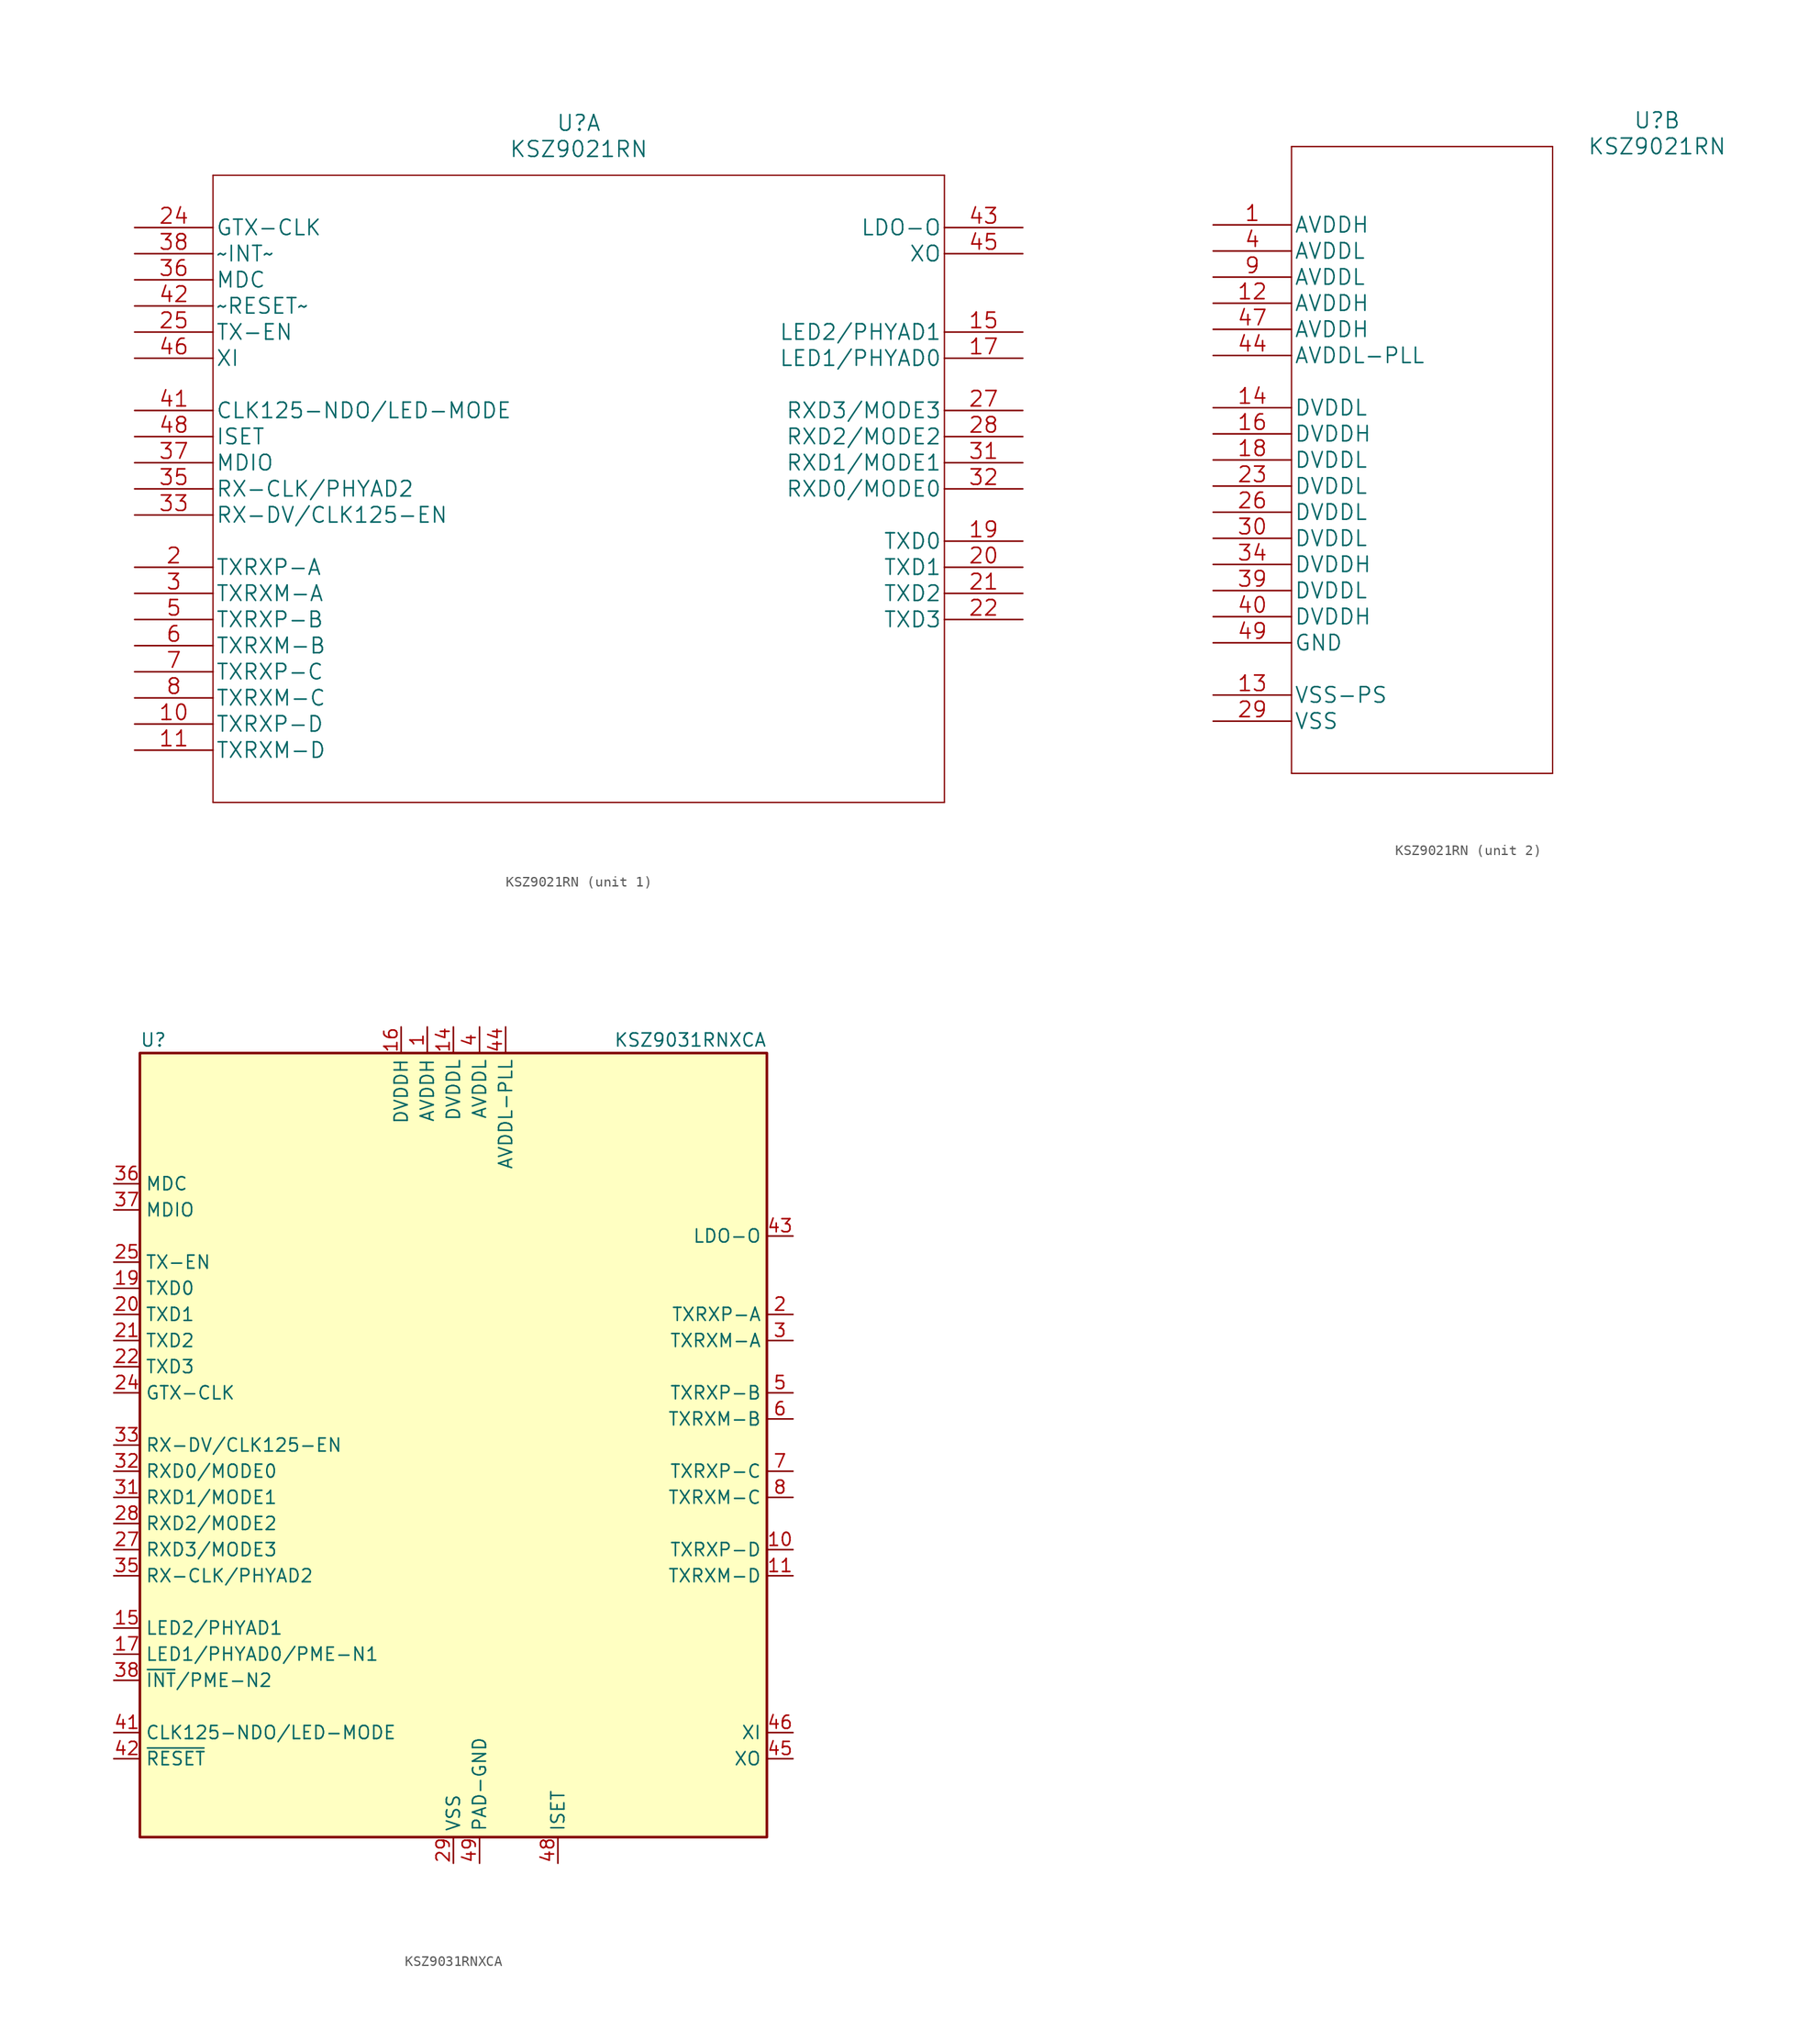
<source format=kicad_sym>
(kicad_symbol_lib
  (version 20210619)
  (generator kicad_symbol_editor)
  (symbol "Interface_Ethernet_User:KSZ9021RN"
    (pin_names
      (offset 0.254))
    (property "Reference" "U"
      (at 43.18 10.16 0)
      (effects (font (size 1.524 1.524))))
    (property "Value" "KSZ9021RN"
      (at 43.18 7.62 0)
      (effects (font (size 1.524 1.524))))
    (property "Datasheet" ""
      (at 0 0 0)
      (effects (font (size 1.524 1.524))))
    (property "ki_locked" ""
      (at 0 0 0)
      (effects (font (size 1.27 1.27))))
    (symbol "KSZ9021RN_1_1"
      (polyline (pts (xy 7.62 -55.88) (xy 78.74 -55.88)) (stroke (width 0.127)) (fill (type none)))
      (polyline (pts (xy 7.62 5.08) (xy 7.62 -55.88)) (stroke (width 0.127)) (fill (type none)))
      (polyline (pts (xy 78.74 -55.88) (xy 78.74 5.08)) (stroke (width 0.127)) (fill (type none)))
      (polyline (pts (xy 78.74 5.08) (xy 7.62 5.08)) (stroke (width 0.127)) (fill (type none)))
      (pin bidirectional line (at 0 -48.26 0) (length 7.62) (name "TXRXP-D" (effects (font (size 1.499 1.499)))) (number "10" (effects (font (size 1.499 1.499)))))
      (pin bidirectional line (at 0 -50.8 0) (length 7.62) (name "TXRXM-D" (effects (font (size 1.499 1.499)))) (number "11" (effects (font (size 1.499 1.499)))))
      (pin bidirectional line (at 86.36 -10.16 180) (length 7.62) (name "LED2/PHYAD1" (effects (font (size 1.499 1.499)))) (number "15" (effects (font (size 1.499 1.499)))))
      (pin bidirectional line (at 86.36 -12.7 180) (length 7.62) (name "LED1/PHYAD0" (effects (font (size 1.499 1.499)))) (number "17" (effects (font (size 1.499 1.499)))))
      (pin input line (at 86.36 -30.48 180) (length 7.62) (name "TXD0" (effects (font (size 1.499 1.499)))) (number "19" (effects (font (size 1.499 1.499)))))
      (pin bidirectional line (at 0 -33.02 0) (length 7.62) (name "TXRXP-A" (effects (font (size 1.499 1.499)))) (number "2" (effects (font (size 1.499 1.499)))))
      (pin input line (at 86.36 -33.02 180) (length 7.62) (name "TXD1" (effects (font (size 1.499 1.499)))) (number "20" (effects (font (size 1.499 1.499)))))
      (pin input line (at 86.36 -35.56 180) (length 7.62) (name "TXD2" (effects (font (size 1.499 1.499)))) (number "21" (effects (font (size 1.499 1.499)))))
      (pin input line (at 86.36 -38.1 180) (length 7.62) (name "TXD3" (effects (font (size 1.499 1.499)))) (number "22" (effects (font (size 1.499 1.499)))))
      (pin input line (at 0 0 0) (length 7.62) (name "GTX-CLK" (effects (font (size 1.499 1.499)))) (number "24" (effects (font (size 1.499 1.499)))))
      (pin input line (at 0 -10.16 0) (length 7.62) (name "TX-EN" (effects (font (size 1.499 1.499)))) (number "25" (effects (font (size 1.499 1.499)))))
      (pin bidirectional line (at 86.36 -17.78 180) (length 7.62) (name "RXD3/MODE3" (effects (font (size 1.499 1.499)))) (number "27" (effects (font (size 1.499 1.499)))))
      (pin bidirectional line (at 86.36 -20.32 180) (length 7.62) (name "RXD2/MODE2" (effects (font (size 1.499 1.499)))) (number "28" (effects (font (size 1.499 1.499)))))
      (pin bidirectional line (at 0 -35.56 0) (length 7.62) (name "TXRXM-A" (effects (font (size 1.499 1.499)))) (number "3" (effects (font (size 1.499 1.499)))))
      (pin bidirectional line (at 86.36 -22.86 180) (length 7.62) (name "RXD1/MODE1" (effects (font (size 1.499 1.499)))) (number "31" (effects (font (size 1.499 1.499)))))
      (pin bidirectional line (at 86.36 -25.4 180) (length 7.62) (name "RXD0/MODE0" (effects (font (size 1.499 1.499)))) (number "32" (effects (font (size 1.499 1.499)))))
      (pin bidirectional line (at 0 -27.94 0) (length 7.62) (name "RX-DV/CLK125-EN" (effects (font (size 1.499 1.499)))) (number "33" (effects (font (size 1.499 1.499)))))
      (pin bidirectional line (at 0 -25.4 0) (length 7.62) (name "RX-CLK/PHYAD2" (effects (font (size 1.499 1.499)))) (number "35" (effects (font (size 1.499 1.499)))))
      (pin input line (at 0 -5.08 0) (length 7.62) (name "MDC" (effects (font (size 1.499 1.499)))) (number "36" (effects (font (size 1.499 1.499)))))
      (pin bidirectional line (at 0 -22.86 0) (length 7.62) (name "MDIO" (effects (font (size 1.499 1.499)))) (number "37" (effects (font (size 1.499 1.499)))))
      (pin output line (at 0 -2.54 0) (length 7.62) (name "~INT~" (effects (font (size 1.499 1.499)))) (number "38" (effects (font (size 1.499 1.499)))))
      (pin bidirectional line (at 0 -17.78 0) (length 7.62) (name "CLK125-NDO/LED-MODE" (effects (font (size 1.499 1.499)))) (number "41" (effects (font (size 1.499 1.499)))))
      (pin input line (at 0 -7.62 0) (length 7.62) (name "~RESET~" (effects (font (size 1.499 1.499)))) (number "42" (effects (font (size 1.499 1.499)))))
      (pin output line (at 86.36 0 180) (length 7.62) (name "LDO-O" (effects (font (size 1.499 1.499)))) (number "43" (effects (font (size 1.499 1.499)))))
      (pin output line (at 86.36 -2.54 180) (length 7.62) (name "XO" (effects (font (size 1.499 1.499)))) (number "45" (effects (font (size 1.499 1.499)))))
      (pin input line (at 0 -12.7 0) (length 7.62) (name "XI" (effects (font (size 1.499 1.499)))) (number "46" (effects (font (size 1.499 1.499)))))
      (pin bidirectional line (at 0 -20.32 0) (length 7.62) (name "ISET" (effects (font (size 1.499 1.499)))) (number "48" (effects (font (size 1.499 1.499)))))
      (pin bidirectional line (at 0 -38.1 0) (length 7.62) (name "TXRXP-B" (effects (font (size 1.499 1.499)))) (number "5" (effects (font (size 1.499 1.499)))))
      (pin bidirectional line (at 0 -40.64 0) (length 7.62) (name "TXRXM-B" (effects (font (size 1.499 1.499)))) (number "6" (effects (font (size 1.499 1.499)))))
      (pin bidirectional line (at 0 -43.18 0) (length 7.62) (name "TXRXP-C" (effects (font (size 1.499 1.499)))) (number "7" (effects (font (size 1.499 1.499)))))
      (pin bidirectional line (at 0 -45.72 0) (length 7.62) (name "TXRXM-C" (effects (font (size 1.499 1.499)))) (number "8" (effects (font (size 1.499 1.499))))))
    (symbol "KSZ9021RN_2_1"
      (polyline (pts (xy 7.62 -53.34) (xy 33.02 -53.34)) (stroke (width 0.127)) (fill (type none)))
      (polyline (pts (xy 7.62 7.62) (xy 7.62 -53.34)) (stroke (width 0.127)) (fill (type none)))
      (polyline (pts (xy 33.02 -53.34) (xy 33.02 7.62)) (stroke (width 0.127)) (fill (type none)))
      (polyline (pts (xy 33.02 7.62) (xy 7.62 7.62)) (stroke (width 0.127)) (fill (type none)))
      (pin power_in line (at 0 0 0) (length 7.62) (name "AVDDH" (effects (font (size 1.499 1.499)))) (number "1" (effects (font (size 1.499 1.499)))))
      (pin power_in line (at 0 -7.62 0) (length 7.62) (name "AVDDH" (effects (font (size 1.499 1.499)))) (number "12" (effects (font (size 1.499 1.499)))))
      (pin power_in line (at 0 -45.72 0) (length 7.62) (name "VSS-PS" (effects (font (size 1.499 1.499)))) (number "13" (effects (font (size 1.499 1.499)))))
      (pin power_in line (at 0 -17.78 0) (length 7.62) (name "DVDDL" (effects (font (size 1.499 1.499)))) (number "14" (effects (font (size 1.499 1.499)))))
      (pin power_in line (at 0 -20.32 0) (length 7.62) (name "DVDDH" (effects (font (size 1.499 1.499)))) (number "16" (effects (font (size 1.499 1.499)))))
      (pin power_in line (at 0 -22.86 0) (length 7.62) (name "DVDDL" (effects (font (size 1.499 1.499)))) (number "18" (effects (font (size 1.499 1.499)))))
      (pin power_in line (at 0 -25.4 0) (length 7.62) (name "DVDDL" (effects (font (size 1.499 1.499)))) (number "23" (effects (font (size 1.499 1.499)))))
      (pin power_in line (at 0 -27.94 0) (length 7.62) (name "DVDDL" (effects (font (size 1.499 1.499)))) (number "26" (effects (font (size 1.499 1.499)))))
      (pin power_in line (at 0 -48.26 0) (length 7.62) (name "VSS" (effects (font (size 1.499 1.499)))) (number "29" (effects (font (size 1.499 1.499)))))
      (pin power_in line (at 0 -30.48 0) (length 7.62) (name "DVDDL" (effects (font (size 1.499 1.499)))) (number "30" (effects (font (size 1.499 1.499)))))
      (pin power_in line (at 0 -33.02 0) (length 7.62) (name "DVDDH" (effects (font (size 1.499 1.499)))) (number "34" (effects (font (size 1.499 1.499)))))
      (pin power_in line (at 0 -35.56 0) (length 7.62) (name "DVDDL" (effects (font (size 1.499 1.499)))) (number "39" (effects (font (size 1.499 1.499)))))
      (pin power_in line (at 0 -2.54 0) (length 7.62) (name "AVDDL" (effects (font (size 1.499 1.499)))) (number "4" (effects (font (size 1.499 1.499)))))
      (pin power_in line (at 0 -38.1 0) (length 7.62) (name "DVDDH" (effects (font (size 1.499 1.499)))) (number "40" (effects (font (size 1.499 1.499)))))
      (pin power_in line (at 0 -12.7 0) (length 7.62) (name "AVDDL-PLL" (effects (font (size 1.499 1.499)))) (number "44" (effects (font (size 1.499 1.499)))))
      (pin power_in line (at 0 -10.16 0) (length 7.62) (name "AVDDH" (effects (font (size 1.499 1.499)))) (number "47" (effects (font (size 1.499 1.499)))))
      (pin power_in line (at 0 -40.64 0) (length 7.62) (name "GND" (effects (font (size 1.499 1.499)))) (number "49" (effects (font (size 1.499 1.499)))))
      (pin power_in line (at 0 -5.08 0) (length 7.62) (name "AVDDL" (effects (font (size 1.499 1.499)))) (number "9" (effects (font (size 1.499 1.499)))))))
  (symbol "Interface_Ethernet_User:KSZ9031RNXCA"
    (property "Reference" "U"
      (at -30.48 39.37 0)
      (effects (font (size 1.27 1.27)) (justify left)))
    (property "Value" "KSZ9031RNXCA"
      (at 30.48 39.37 0)
      (effects (font (size 1.27 1.27)) (justify right)))
    (symbol "KSZ9031RNXCA_0_1"
      (rectangle (start -30.48 38.1) (end 30.48 -38.1) (stroke (width 0.254)) (fill (type background))))
    (symbol "KSZ9031RNXCA_1_1"
      (pin power_in line (at -2.54 40.64 270) (length 2.54) (name "AVDDH" (effects (font (size 1.27 1.27)))) (number "1" (effects (font (size 1.27 1.27)))))
      (pin input line (at 33.02 -10.16 180) (length 2.54) (name "TXRXP-D" (effects (font (size 1.27 1.27)))) (number "10" (effects (font (size 1.27 1.27)))))
      (pin input line (at 33.02 -12.7 180) (length 2.54) (name "TXRXM-D" (effects (font (size 1.27 1.27)))) (number "11" (effects (font (size 1.27 1.27)))))
      (pin passive line (at -2.54 40.64 270) (length 2.54) hide (name "AVDDH" (effects (font (size 1.27 1.27)))) (number "12" (effects (font (size 1.27 1.27)))))
      (pin no_connect line (at -3.81 8.89 180) (length 2.54) hide (name "NC" (effects (font (size 1.27 1.27)))) (number "13" (effects (font (size 1.27 1.27)))))
      (pin power_in line (at 0 40.64 270) (length 2.54) (name "DVDDL" (effects (font (size 1.27 1.27)))) (number "14" (effects (font (size 1.27 1.27)))))
      (pin bidirectional line (at -33.02 -17.78 0) (length 2.54) (name "LED2/PHYAD1" (effects (font (size 1.27 1.27)))) (number "15" (effects (font (size 1.27 1.27)))))
      (pin power_in line (at -5.08 40.64 270) (length 2.54) (name "DVDDH" (effects (font (size 1.27 1.27)))) (number "16" (effects (font (size 1.27 1.27)))))
      (pin bidirectional line (at -33.02 -20.32 0) (length 2.54) (name "LED1/PHYAD0/PME-N1" (effects (font (size 1.27 1.27)))) (number "17" (effects (font (size 1.27 1.27)))))
      (pin passive line (at 0 40.64 270) (length 2.54) hide (name "DVDDL" (effects (font (size 1.27 1.27)))) (number "18" (effects (font (size 1.27 1.27)))))
      (pin input line (at -33.02 15.24 0) (length 2.54) (name "TXD0" (effects (font (size 1.27 1.27)))) (number "19" (effects (font (size 1.27 1.27)))))
      (pin input line (at 33.02 12.7 180) (length 2.54) (name "TXRXP-A" (effects (font (size 1.27 1.27)))) (number "2" (effects (font (size 1.27 1.27)))))
      (pin input line (at -33.02 12.7 0) (length 2.54) (name "TXD1" (effects (font (size 1.27 1.27)))) (number "20" (effects (font (size 1.27 1.27)))))
      (pin input line (at -33.02 10.16 0) (length 2.54) (name "TXD2" (effects (font (size 1.27 1.27)))) (number "21" (effects (font (size 1.27 1.27)))))
      (pin input line (at -33.02 7.62 0) (length 2.54) (name "TXD3" (effects (font (size 1.27 1.27)))) (number "22" (effects (font (size 1.27 1.27)))))
      (pin passive line (at 0 40.64 270) (length 2.54) hide (name "DVDDL" (effects (font (size 1.27 1.27)))) (number "23" (effects (font (size 1.27 1.27)))))
      (pin input line (at -33.02 5.08 0) (length 2.54) (name "GTX-CLK" (effects (font (size 1.27 1.27)))) (number "24" (effects (font (size 1.27 1.27)))))
      (pin input line (at -33.02 17.78 0) (length 2.54) (name "TX-EN" (effects (font (size 1.27 1.27)))) (number "25" (effects (font (size 1.27 1.27)))))
      (pin passive line (at 0 40.64 270) (length 2.54) hide (name "DVDDL" (effects (font (size 1.27 1.27)))) (number "26" (effects (font (size 1.27 1.27)))))
      (pin input line (at -33.02 -10.16 0) (length 2.54) (name "RXD3/MODE3" (effects (font (size 1.27 1.27)))) (number "27" (effects (font (size 1.27 1.27)))))
      (pin input line (at -33.02 -7.62 0) (length 2.54) (name "RXD2/MODE2" (effects (font (size 1.27 1.27)))) (number "28" (effects (font (size 1.27 1.27)))))
      (pin power_in line (at 0 -40.64 90) (length 2.54) (name "VSS" (effects (font (size 1.27 1.27)))) (number "29" (effects (font (size 1.27 1.27)))))
      (pin input line (at 33.02 10.16 180) (length 2.54) (name "TXRXM-A" (effects (font (size 1.27 1.27)))) (number "3" (effects (font (size 1.27 1.27)))))
      (pin passive line (at 0 40.64 270) (length 2.54) hide (name "DVDDL" (effects (font (size 1.27 1.27)))) (number "30" (effects (font (size 1.27 1.27)))))
      (pin input line (at -33.02 -5.08 0) (length 2.54) (name "RXD1/MODE1" (effects (font (size 1.27 1.27)))) (number "31" (effects (font (size 1.27 1.27)))))
      (pin input line (at -33.02 -2.54 0) (length 2.54) (name "RXD0/MODE0" (effects (font (size 1.27 1.27)))) (number "32" (effects (font (size 1.27 1.27)))))
      (pin input line (at -33.02 0 0) (length 2.54) (name "RX-DV/CLK125-EN" (effects (font (size 1.27 1.27)))) (number "33" (effects (font (size 1.27 1.27)))))
      (pin passive line (at -5.08 40.64 270) (length 2.54) hide (name "DVDDH" (effects (font (size 1.27 1.27)))) (number "34" (effects (font (size 1.27 1.27)))))
      (pin input line (at -33.02 -12.7 0) (length 2.54) (name "RX-CLK/PHYAD2" (effects (font (size 1.27 1.27)))) (number "35" (effects (font (size 1.27 1.27)))))
      (pin input line (at -33.02 25.4 0) (length 2.54) (name "MDC" (effects (font (size 1.27 1.27)))) (number "36" (effects (font (size 1.27 1.27)))))
      (pin input line (at -33.02 22.86 0) (length 2.54) (name "MDIO" (effects (font (size 1.27 1.27)))) (number "37" (effects (font (size 1.27 1.27)))))
      (pin input line (at -33.02 -22.86 0) (length 2.54) (name "~{INT}/PME-N2" (effects (font (size 1.27 1.27)))) (number "38" (effects (font (size 1.27 1.27)))))
      (pin passive line (at 0 40.64 270) (length 2.54) hide (name "DVDDL" (effects (font (size 1.27 1.27)))) (number "39" (effects (font (size 1.27 1.27)))))
      (pin power_in line (at 2.54 40.64 270) (length 2.54) (name "AVDDL" (effects (font (size 1.27 1.27)))) (number "4" (effects (font (size 1.27 1.27)))))
      (pin passive line (at -5.08 40.64 270) (length 2.54) hide (name "DVDDH" (effects (font (size 1.27 1.27)))) (number "40" (effects (font (size 1.27 1.27)))))
      (pin input line (at -33.02 -27.94 0) (length 2.54) (name "CLK125-NDO/LED-MODE" (effects (font (size 1.27 1.27)))) (number "41" (effects (font (size 1.27 1.27)))))
      (pin input line (at -33.02 -30.48 0) (length 2.54) (name "~{RESET}" (effects (font (size 1.27 1.27)))) (number "42" (effects (font (size 1.27 1.27)))))
      (pin output line (at 33.02 20.32 180) (length 2.54) (name "LDO-O" (effects (font (size 1.27 1.27)))) (number "43" (effects (font (size 1.27 1.27)))))
      (pin power_in line (at 5.08 40.64 270) (length 2.54) (name "AVDDL-PLL" (effects (font (size 1.27 1.27)))) (number "44" (effects (font (size 1.27 1.27)))))
      (pin output line (at 33.02 -30.48 180) (length 2.54) (name "XO" (effects (font (size 1.27 1.27)))) (number "45" (effects (font (size 1.27 1.27)))))
      (pin input line (at 33.02 -27.94 180) (length 2.54) (name "XI" (effects (font (size 1.27 1.27)))) (number "46" (effects (font (size 1.27 1.27)))))
      (pin no_connect line (at -3.81 6.35 180) (length 2.54) hide (name "NC" (effects (font (size 1.27 1.27)))) (number "47" (effects (font (size 1.27 1.27)))))
      (pin output line (at 10.16 -40.64 90) (length 2.54) (name "ISET" (effects (font (size 1.27 1.27)))) (number "48" (effects (font (size 1.27 1.27)))))
      (pin power_in line (at 2.54 -40.64 90) (length 2.54) (name "PAD-GND" (effects (font (size 1.27 1.27)))) (number "49" (effects (font (size 1.27 1.27)))))
      (pin input line (at 33.02 5.08 180) (length 2.54) (name "TXRXP-B" (effects (font (size 1.27 1.27)))) (number "5" (effects (font (size 1.27 1.27)))))
      (pin input line (at 33.02 2.54 180) (length 2.54) (name "TXRXM-B" (effects (font (size 1.27 1.27)))) (number "6" (effects (font (size 1.27 1.27)))))
      (pin input line (at 33.02 -2.54 180) (length 2.54) (name "TXRXP-C" (effects (font (size 1.27 1.27)))) (number "7" (effects (font (size 1.27 1.27)))))
      (pin input line (at 33.02 -5.08 180) (length 2.54) (name "TXRXM-C" (effects (font (size 1.27 1.27)))) (number "8" (effects (font (size 1.27 1.27)))))
      (pin passive line (at 2.54 40.64 270) (length 2.54) hide (name "AVDDL" (effects (font (size 1.27 1.27)))) (number "9" (effects (font (size 1.27 1.27))))))))
</source>
